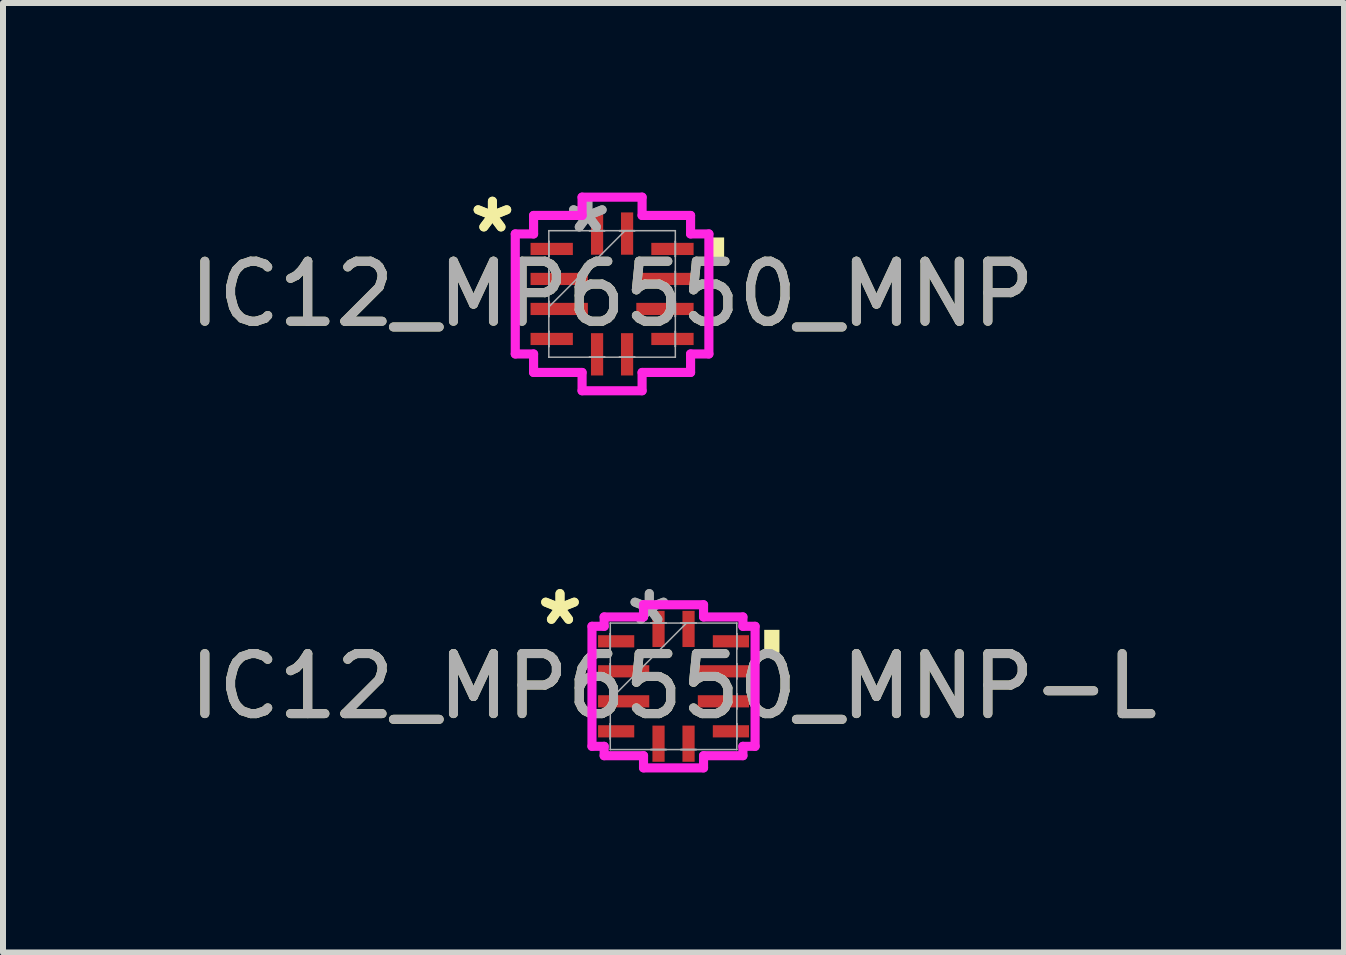
<source format=kicad_pcb>
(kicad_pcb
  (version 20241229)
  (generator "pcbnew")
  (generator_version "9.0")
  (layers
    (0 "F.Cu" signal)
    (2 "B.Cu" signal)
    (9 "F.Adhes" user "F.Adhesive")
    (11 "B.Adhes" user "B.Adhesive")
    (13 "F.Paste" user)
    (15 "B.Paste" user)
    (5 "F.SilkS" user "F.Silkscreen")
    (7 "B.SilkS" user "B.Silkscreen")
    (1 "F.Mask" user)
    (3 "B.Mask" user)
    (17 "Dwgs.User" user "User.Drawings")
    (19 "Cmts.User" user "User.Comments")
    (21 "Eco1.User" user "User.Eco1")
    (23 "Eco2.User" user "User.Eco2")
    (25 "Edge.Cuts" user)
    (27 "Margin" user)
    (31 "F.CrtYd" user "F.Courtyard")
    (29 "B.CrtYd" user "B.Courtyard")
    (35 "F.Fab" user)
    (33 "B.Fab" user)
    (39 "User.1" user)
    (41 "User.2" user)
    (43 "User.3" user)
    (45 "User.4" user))
  (footprint "IC12_MP6550_MNP-L"
    (layer "F.Cu")
    (at 8.173 8.386)
    (property "Reference" "IC12_MP6550_MNP-L" (at 0 0 0) (unlocked yes) (layer "F.SilkS") (effects (font (size 1 1) (thickness 0.15))))
    (attr smd)
    (fp_poly (pts (xy 1.765 -0.941) (xy 1.765 -0.56) (xy 1.511 -0.56) (xy 1.511 -0.941)) (stroke (width 0) (type solid)) (fill yes) (layer "F.SilkS"))
    (fp_line (start -1.359 -1) (end -1.156 -1) (stroke (width 0.152) (type solid)) (layer "F.CrtYd"))
    (fp_line (start -1.359 1) (end -1.359 -1) (stroke (width 0.152) (type solid)) (layer "F.CrtYd"))
    (fp_line (start -1.156 -1.156) (end -0.5 -1.156) (stroke (width 0.152) (type solid)) (layer "F.CrtYd"))
    (fp_line (start -1.156 -1) (end -1.156 -1.156) (stroke (width 0.152) (type solid)) (layer "F.CrtYd"))
    (fp_line (start -1.156 1) (end -1.359 1) (stroke (width 0.152) (type solid)) (layer "F.CrtYd"))
    (fp_line (start -1.156 1.156) (end -1.156 1) (stroke (width 0.152) (type solid)) (layer "F.CrtYd"))
    (fp_line (start -0.5 -1.359) (end 0.5 -1.359) (stroke (width 0.152) (type solid)) (layer "F.CrtYd"))
    (fp_line (start -0.5 -1.156) (end -0.5 -1.359) (stroke (width 0.152) (type solid)) (layer "F.CrtYd"))
    (fp_line (start -0.5 1.156) (end -1.156 1.156) (stroke (width 0.152) (type solid)) (layer "F.CrtYd"))
    (fp_line (start -0.5 1.359) (end -0.5 1.156) (stroke (width 0.152) (type solid)) (layer "F.CrtYd"))
    (fp_line (start 0.5 -1.359) (end 0.5 -1.156) (stroke (width 0.152) (type solid)) (layer "F.CrtYd"))
    (fp_line (start 0.5 -1.156) (end 1.156 -1.156) (stroke (width 0.152) (type solid)) (layer "F.CrtYd"))
    (fp_line (start 0.5 1.156) (end 0.5 1.359) (stroke (width 0.152) (type solid)) (layer "F.CrtYd"))
    (fp_line (start 0.5 1.359) (end -0.5 1.359) (stroke (width 0.152) (type solid)) (layer "F.CrtYd"))
    (fp_line (start 1.156 -1.156) (end 1.156 -1) (stroke (width 0.152) (type solid)) (layer "F.CrtYd"))
    (fp_line (start 1.156 -1) (end 1.359 -1) (stroke (width 0.152) (type solid)) (layer "F.CrtYd"))
    (fp_line (start 1.156 1) (end 1.156 1.156) (stroke (width 0.152) (type solid)) (layer "F.CrtYd"))
    (fp_line (start 1.156 1.156) (end 0.5 1.156) (stroke (width 0.152) (type solid)) (layer "F.CrtYd"))
    (fp_line (start 1.359 -1) (end 1.359 1) (stroke (width 0.152) (type solid)) (layer "F.CrtYd"))
    (fp_line (start 1.359 1) (end 1.156 1) (stroke (width 0.152) (type solid)) (layer "F.CrtYd"))
    (fp_line (start -1.054 -1.054) (end -1.054 -1.054) (stroke (width 0.025) (type solid)) (layer "F.Fab"))
    (fp_line (start -1.054 -1.054) (end -1.054 1.054) (stroke (width 0.025) (type solid)) (layer "F.Fab"))
    (fp_line (start -1.054 -0.877) (end -1.054 -0.877) (stroke (width 0.025) (type solid)) (layer "F.Fab"))
    (fp_line (start -1.054 -0.877) (end -1.054 -0.623) (stroke (width 0.025) (type solid)) (layer "F.Fab"))
    (fp_line (start -1.054 -0.623) (end -1.054 -0.877) (stroke (width 0.025) (type solid)) (layer "F.Fab"))
    (fp_line (start -1.054 -0.623) (end -1.054 -0.623) (stroke (width 0.025) (type solid)) (layer "F.Fab"))
    (fp_line (start -1.054 -0.377) (end -1.054 -0.377) (stroke (width 0.025) (type solid)) (layer "F.Fab"))
    (fp_line (start -1.054 -0.377) (end -1.054 -0.123) (stroke (width 0.025) (type solid)) (layer "F.Fab"))
    (fp_line (start -1.054 -0.123) (end -1.054 -0.377) (stroke (width 0.025) (type solid)) (layer "F.Fab"))
    (fp_line (start -1.054 -0.123) (end -1.054 -0.123) (stroke (width 0.025) (type solid)) (layer "F.Fab"))
    (fp_line (start -1.054 0.123) (end -1.054 0.123) (stroke (width 0.025) (type solid)) (layer "F.Fab"))
    (fp_line (start -1.054 0.123) (end -1.054 0.377) (stroke (width 0.025) (type solid)) (layer "F.Fab"))
    (fp_line (start -1.054 0.216) (end 0.216 -1.054) (stroke (width 0.025) (type solid)) (layer "F.Fab"))
    (fp_line (start -1.054 0.377) (end -1.054 0.123) (stroke (width 0.025) (type solid)) (layer "F.Fab"))
    (fp_line (start -1.054 0.377) (end -1.054 0.377) (stroke (width 0.025) (type solid)) (layer "F.Fab"))
    (fp_line (start -1.054 0.623) (end -1.054 0.623) (stroke (width 0.025) (type solid)) (layer "F.Fab"))
    (fp_line (start -1.054 0.623) (end -1.054 0.877) (stroke (width 0.025) (type solid)) (layer "F.Fab"))
    (fp_line (start -1.054 0.877) (end -1.054 0.623) (stroke (width 0.025) (type solid)) (layer "F.Fab"))
    (fp_line (start -1.054 0.877) (end -1.054 0.877) (stroke (width 0.025) (type solid)) (layer "F.Fab"))
    (fp_line (start -1.054 1.054) (end -1.054 1.054) (stroke (width 0.025) (type solid)) (layer "F.Fab"))
    (fp_line (start -1.054 1.054) (end 1.054 1.054) (stroke (width 0.025) (type solid)) (layer "F.Fab"))
    (fp_line (start -0.377 -1.054) (end -0.377 -1.054) (stroke (width 0.025) (type solid)) (layer "F.Fab"))
    (fp_line (start -0.377 -1.054) (end -0.123 -1.054) (stroke (width 0.025) (type solid)) (layer "F.Fab"))
    (fp_line (start -0.377 1.054) (end -0.377 1.054) (stroke (width 0.025) (type solid)) (layer "F.Fab"))
    (fp_line (start -0.377 1.054) (end -0.123 1.054) (stroke (width 0.025) (type solid)) (layer "F.Fab"))
    (fp_line (start -0.123 -1.054) (end -0.377 -1.054) (stroke (width 0.025) (type solid)) (layer "F.Fab"))
    (fp_line (start -0.123 -1.054) (end -0.123 -1.054) (stroke (width 0.025) (type solid)) (layer "F.Fab"))
    (fp_line (start -0.123 1.054) (end -0.377 1.054) (stroke (width 0.025) (type solid)) (layer "F.Fab"))
    (fp_line (start -0.123 1.054) (end -0.123 1.054) (stroke (width 0.025) (type solid)) (layer "F.Fab"))
    (fp_line (start 0.123 -1.054) (end 0.123 -1.054) (stroke (width 0.025) (type solid)) (layer "F.Fab"))
    (fp_line (start 0.123 -1.054) (end 0.377 -1.054) (stroke (width 0.025) (type solid)) (layer "F.Fab"))
    (fp_line (start 0.123 1.054) (end 0.123 1.054) (stroke (width 0.025) (type solid)) (layer "F.Fab"))
    (fp_line (start 0.123 1.054) (end 0.377 1.054) (stroke (width 0.025) (type solid)) (layer "F.Fab"))
    (fp_line (start 0.377 -1.054) (end 0.123 -1.054) (stroke (width 0.025) (type solid)) (layer "F.Fab"))
    (fp_line (start 0.377 -1.054) (end 0.377 -1.054) (stroke (width 0.025) (type solid)) (layer "F.Fab"))
    (fp_line (start 0.377 1.054) (end 0.123 1.054) (stroke (width 0.025) (type solid)) (layer "F.Fab"))
    (fp_line (start 0.377 1.054) (end 0.377 1.054) (stroke (width 0.025) (type solid)) (layer "F.Fab"))
    (fp_line (start 1.054 -1.054) (end -1.054 -1.054) (stroke (width 0.025) (type solid)) (layer "F.Fab"))
    (fp_line (start 1.054 -1.054) (end 1.054 -1.054) (stroke (width 0.025) (type solid)) (layer "F.Fab"))
    (fp_line (start 1.054 -0.877) (end 1.054 -0.877) (stroke (width 0.025) (type solid)) (layer "F.Fab"))
    (fp_line (start 1.054 -0.877) (end 1.054 -0.623) (stroke (width 0.025) (type solid)) (layer "F.Fab"))
    (fp_line (start 1.054 -0.623) (end 1.054 -0.877) (stroke (width 0.025) (type solid)) (layer "F.Fab"))
    (fp_line (start 1.054 -0.623) (end 1.054 -0.623) (stroke (width 0.025) (type solid)) (layer "F.Fab"))
    (fp_line (start 1.054 -0.377) (end 1.054 -0.377) (stroke (width 0.025) (type solid)) (layer "F.Fab"))
    (fp_line (start 1.054 -0.377) (end 1.054 -0.123) (stroke (width 0.025) (type solid)) (layer "F.Fab"))
    (fp_line (start 1.054 -0.123) (end 1.054 -0.377) (stroke (width 0.025) (type solid)) (layer "F.Fab"))
    (fp_line (start 1.054 -0.123) (end 1.054 -0.123) (stroke (width 0.025) (type solid)) (layer "F.Fab"))
    (fp_line (start 1.054 0.123) (end 1.054 0.123) (stroke (width 0.025) (type solid)) (layer "F.Fab"))
    (fp_line (start 1.054 0.123) (end 1.054 0.377) (stroke (width 0.025) (type solid)) (layer "F.Fab"))
    (fp_line (start 1.054 0.377) (end 1.054 0.123) (stroke (width 0.025) (type solid)) (layer "F.Fab"))
    (fp_line (start 1.054 0.377) (end 1.054 0.377) (stroke (width 0.025) (type solid)) (layer "F.Fab"))
    (fp_line (start 1.054 0.623) (end 1.054 0.623) (stroke (width 0.025) (type solid)) (layer "F.Fab"))
    (fp_line (start 1.054 0.623) (end 1.054 0.877) (stroke (width 0.025) (type solid)) (layer "F.Fab"))
    (fp_line (start 1.054 0.877) (end 1.054 0.623) (stroke (width 0.025) (type solid)) (layer "F.Fab"))
    (fp_line (start 1.054 0.877) (end 1.054 0.877) (stroke (width 0.025) (type solid)) (layer "F.Fab"))
    (fp_line (start 1.054 1.054) (end 1.054 -1.054) (stroke (width 0.025) (type solid)) (layer "F.Fab"))
    (fp_line (start 1.054 1.054) (end 1.054 1.054) (stroke (width 0.025) (type solid)) (layer "F.Fab"))
    (fp_text user "*" (at -1.892 -1 0) (unlocked yes) (layer "F.SilkS") (effects (font (size 1 1) (thickness 0.15))))
    (fp_text user "*" (at -1.892 -1 0) (layer "F.SilkS") (effects (font (size 1 1) (thickness 0.15))))
    (fp_text user "*" (at -0.404 -1 0) (layer "F.Fab") (effects (font (size 1 1) (thickness 0.15))))
    (fp_text user "*" (at -0.404 -1 0) (unlocked yes) (layer "F.Fab") (effects (font (size 1 1) (thickness 0.15))))
    (fp_text user "${REFERENCE}" (at 0 0 0) (unlocked yes) (layer "F.Fab") (effects (font (size 1 1) (thickness 0.15))))
    (pad "1" smd rect (at -0.956 -0.75 90) (size 0.203 0.603) (layers "F.Cu" "F.Mask" "F.Paste"))
    (pad "2" smd rect (at -0.831 -0.25 90) (size 0.203 0.853) (layers "F.Cu" "F.Mask" "F.Paste"))
    (pad "3" smd rect (at -0.831 0.25 90) (size 0.203 0.853) (layers "F.Cu" "F.Mask" "F.Paste"))
    (pad "4" smd rect (at -0.956 0.75 90) (size 0.203 0.603) (layers "F.Cu" "F.Mask" "F.Paste"))
    (pad "5" smd rect (at -0.25 0.956) (size 0.203 0.603) (layers "F.Cu" "F.Mask" "F.Paste"))
    (pad "6" smd rect (at 0.25 0.956) (size 0.203 0.603) (layers "F.Cu" "F.Mask" "F.Paste"))
    (pad "7" smd rect (at 0.956 0.75 90) (size 0.203 0.603) (layers "F.Cu" "F.Mask" "F.Paste"))
    (pad "8" smd rect (at 0.831 0.25 90) (size 0.203 0.853) (layers "F.Cu" "F.Mask" "F.Paste"))
    (pad "9" smd rect (at 0.831 -0.25 90) (size 0.203 0.853) (layers "F.Cu" "F.Mask" "F.Paste"))
    (pad "10" smd rect (at 0.956 -0.75 90) (size 0.203 0.603) (layers "F.Cu" "F.Mask" "F.Paste"))
    (pad "11" smd rect (at 0.25 -0.956) (size 0.203 0.603) (layers "F.Cu" "F.Mask" "F.Paste"))
    (pad "12" smd rect (at -0.25 -0.956) (size 0.203 0.603) (layers "F.Cu" "F.Mask" "F.Paste")))
  (footprint "IC12_MP6550_MNP"
    (layer "F.Cu")
    (at 7.149 1.848)
    (property "Reference" "IC12_MP6550_MNP" (at 0 0 0) (unlocked yes) (layer "F.SilkS") (effects (font (size 1 1) (thickness 0.15))))
    (attr smd)
    (fp_poly (pts (xy 1.867 -0.941) (xy 1.867 -0.56) (xy 1.613 -0.56) (xy 1.613 -0.941)) (stroke (width 0) (type solid)) (fill yes) (layer "F.SilkS"))
    (fp_line (start -1.613 -1) (end -1.308 -1) (stroke (width 0.152) (type solid)) (layer "F.CrtYd"))
    (fp_line (start -1.613 1) (end -1.613 -1) (stroke (width 0.152) (type solid)) (layer "F.CrtYd"))
    (fp_line (start -1.308 -1.308) (end -0.5 -1.308) (stroke (width 0.152) (type solid)) (layer "F.CrtYd"))
    (fp_line (start -1.308 -1) (end -1.308 -1.308) (stroke (width 0.152) (type solid)) (layer "F.CrtYd"))
    (fp_line (start -1.308 1) (end -1.613 1) (stroke (width 0.152) (type solid)) (layer "F.CrtYd"))
    (fp_line (start -1.308 1.308) (end -1.308 1) (stroke (width 0.152) (type solid)) (layer "F.CrtYd"))
    (fp_line (start -0.5 -1.613) (end 0.5 -1.613) (stroke (width 0.152) (type solid)) (layer "F.CrtYd"))
    (fp_line (start -0.5 -1.308) (end -0.5 -1.613) (stroke (width 0.152) (type solid)) (layer "F.CrtYd"))
    (fp_line (start -0.5 1.308) (end -1.308 1.308) (stroke (width 0.152) (type solid)) (layer "F.CrtYd"))
    (fp_line (start -0.5 1.613) (end -0.5 1.308) (stroke (width 0.152) (type solid)) (layer "F.CrtYd"))
    (fp_line (start 0.5 -1.613) (end 0.5 -1.308) (stroke (width 0.152) (type solid)) (layer "F.CrtYd"))
    (fp_line (start 0.5 -1.308) (end 1.308 -1.308) (stroke (width 0.152) (type solid)) (layer "F.CrtYd"))
    (fp_line (start 0.5 1.308) (end 0.5 1.613) (stroke (width 0.152) (type solid)) (layer "F.CrtYd"))
    (fp_line (start 0.5 1.613) (end -0.5 1.613) (stroke (width 0.152) (type solid)) (layer "F.CrtYd"))
    (fp_line (start 1.308 -1.308) (end 1.308 -1) (stroke (width 0.152) (type solid)) (layer "F.CrtYd"))
    (fp_line (start 1.308 -1) (end 1.613 -1) (stroke (width 0.152) (type solid)) (layer "F.CrtYd"))
    (fp_line (start 1.308 1) (end 1.308 1.308) (stroke (width 0.152) (type solid)) (layer "F.CrtYd"))
    (fp_line (start 1.308 1.308) (end 0.5 1.308) (stroke (width 0.152) (type solid)) (layer "F.CrtYd"))
    (fp_line (start 1.613 -1) (end 1.613 1) (stroke (width 0.152) (type solid)) (layer "F.CrtYd"))
    (fp_line (start 1.613 1) (end 1.308 1) (stroke (width 0.152) (type solid)) (layer "F.CrtYd"))
    (fp_line (start -1.054 -1.054) (end -1.054 -1.054) (stroke (width 0.025) (type solid)) (layer "F.Fab"))
    (fp_line (start -1.054 -1.054) (end -1.054 1.054) (stroke (width 0.025) (type solid)) (layer "F.Fab"))
    (fp_line (start -1.054 -0.877) (end -1.054 -0.877) (stroke (width 0.025) (type solid)) (layer "F.Fab"))
    (fp_line (start -1.054 -0.877) (end -1.054 -0.623) (stroke (width 0.025) (type solid)) (layer "F.Fab"))
    (fp_line (start -1.054 -0.623) (end -1.054 -0.877) (stroke (width 0.025) (type solid)) (layer "F.Fab"))
    (fp_line (start -1.054 -0.623) (end -1.054 -0.623) (stroke (width 0.025) (type solid)) (layer "F.Fab"))
    (fp_line (start -1.054 -0.377) (end -1.054 -0.377) (stroke (width 0.025) (type solid)) (layer "F.Fab"))
    (fp_line (start -1.054 -0.377) (end -1.054 -0.123) (stroke (width 0.025) (type solid)) (layer "F.Fab"))
    (fp_line (start -1.054 -0.123) (end -1.054 -0.377) (stroke (width 0.025) (type solid)) (layer "F.Fab"))
    (fp_line (start -1.054 -0.123) (end -1.054 -0.123) (stroke (width 0.025) (type solid)) (layer "F.Fab"))
    (fp_line (start -1.054 0.123) (end -1.054 0.123) (stroke (width 0.025) (type solid)) (layer "F.Fab"))
    (fp_line (start -1.054 0.123) (end -1.054 0.377) (stroke (width 0.025) (type solid)) (layer "F.Fab"))
    (fp_line (start -1.054 0.216) (end 0.216 -1.054) (stroke (width 0.025) (type solid)) (layer "F.Fab"))
    (fp_line (start -1.054 0.377) (end -1.054 0.123) (stroke (width 0.025) (type solid)) (layer "F.Fab"))
    (fp_line (start -1.054 0.377) (end -1.054 0.377) (stroke (width 0.025) (type solid)) (layer "F.Fab"))
    (fp_line (start -1.054 0.623) (end -1.054 0.623) (stroke (width 0.025) (type solid)) (layer "F.Fab"))
    (fp_line (start -1.054 0.623) (end -1.054 0.877) (stroke (width 0.025) (type solid)) (layer "F.Fab"))
    (fp_line (start -1.054 0.877) (end -1.054 0.623) (stroke (width 0.025) (type solid)) (layer "F.Fab"))
    (fp_line (start -1.054 0.877) (end -1.054 0.877) (stroke (width 0.025) (type solid)) (layer "F.Fab"))
    (fp_line (start -1.054 1.054) (end -1.054 1.054) (stroke (width 0.025) (type solid)) (layer "F.Fab"))
    (fp_line (start -1.054 1.054) (end 1.054 1.054) (stroke (width 0.025) (type solid)) (layer "F.Fab"))
    (fp_line (start -0.377 -1.054) (end -0.377 -1.054) (stroke (width 0.025) (type solid)) (layer "F.Fab"))
    (fp_line (start -0.377 -1.054) (end -0.123 -1.054) (stroke (width 0.025) (type solid)) (layer "F.Fab"))
    (fp_line (start -0.377 1.054) (end -0.377 1.054) (stroke (width 0.025) (type solid)) (layer "F.Fab"))
    (fp_line (start -0.377 1.054) (end -0.123 1.054) (stroke (width 0.025) (type solid)) (layer "F.Fab"))
    (fp_line (start -0.123 -1.054) (end -0.377 -1.054) (stroke (width 0.025) (type solid)) (layer "F.Fab"))
    (fp_line (start -0.123 -1.054) (end -0.123 -1.054) (stroke (width 0.025) (type solid)) (layer "F.Fab"))
    (fp_line (start -0.123 1.054) (end -0.377 1.054) (stroke (width 0.025) (type solid)) (layer "F.Fab"))
    (fp_line (start -0.123 1.054) (end -0.123 1.054) (stroke (width 0.025) (type solid)) (layer "F.Fab"))
    (fp_line (start 0.123 -1.054) (end 0.123 -1.054) (stroke (width 0.025) (type solid)) (layer "F.Fab"))
    (fp_line (start 0.123 -1.054) (end 0.377 -1.054) (stroke (width 0.025) (type solid)) (layer "F.Fab"))
    (fp_line (start 0.123 1.054) (end 0.123 1.054) (stroke (width 0.025) (type solid)) (layer "F.Fab"))
    (fp_line (start 0.123 1.054) (end 0.377 1.054) (stroke (width 0.025) (type solid)) (layer "F.Fab"))
    (fp_line (start 0.377 -1.054) (end 0.123 -1.054) (stroke (width 0.025) (type solid)) (layer "F.Fab"))
    (fp_line (start 0.377 -1.054) (end 0.377 -1.054) (stroke (width 0.025) (type solid)) (layer "F.Fab"))
    (fp_line (start 0.377 1.054) (end 0.123 1.054) (stroke (width 0.025) (type solid)) (layer "F.Fab"))
    (fp_line (start 0.377 1.054) (end 0.377 1.054) (stroke (width 0.025) (type solid)) (layer "F.Fab"))
    (fp_line (start 1.054 -1.054) (end -1.054 -1.054) (stroke (width 0.025) (type solid)) (layer "F.Fab"))
    (fp_line (start 1.054 -1.054) (end 1.054 -1.054) (stroke (width 0.025) (type solid)) (layer "F.Fab"))
    (fp_line (start 1.054 -0.877) (end 1.054 -0.877) (stroke (width 0.025) (type solid)) (layer "F.Fab"))
    (fp_line (start 1.054 -0.877) (end 1.054 -0.623) (stroke (width 0.025) (type solid)) (layer "F.Fab"))
    (fp_line (start 1.054 -0.623) (end 1.054 -0.877) (stroke (width 0.025) (type solid)) (layer "F.Fab"))
    (fp_line (start 1.054 -0.623) (end 1.054 -0.623) (stroke (width 0.025) (type solid)) (layer "F.Fab"))
    (fp_line (start 1.054 -0.377) (end 1.054 -0.377) (stroke (width 0.025) (type solid)) (layer "F.Fab"))
    (fp_line (start 1.054 -0.377) (end 1.054 -0.123) (stroke (width 0.025) (type solid)) (layer "F.Fab"))
    (fp_line (start 1.054 -0.123) (end 1.054 -0.377) (stroke (width 0.025) (type solid)) (layer "F.Fab"))
    (fp_line (start 1.054 -0.123) (end 1.054 -0.123) (stroke (width 0.025) (type solid)) (layer "F.Fab"))
    (fp_line (start 1.054 0.123) (end 1.054 0.123) (stroke (width 0.025) (type solid)) (layer "F.Fab"))
    (fp_line (start 1.054 0.123) (end 1.054 0.377) (stroke (width 0.025) (type solid)) (layer "F.Fab"))
    (fp_line (start 1.054 0.377) (end 1.054 0.123) (stroke (width 0.025) (type solid)) (layer "F.Fab"))
    (fp_line (start 1.054 0.377) (end 1.054 0.377) (stroke (width 0.025) (type solid)) (layer "F.Fab"))
    (fp_line (start 1.054 0.623) (end 1.054 0.623) (stroke (width 0.025) (type solid)) (layer "F.Fab"))
    (fp_line (start 1.054 0.623) (end 1.054 0.877) (stroke (width 0.025) (type solid)) (layer "F.Fab"))
    (fp_line (start 1.054 0.877) (end 1.054 0.623) (stroke (width 0.025) (type solid)) (layer "F.Fab"))
    (fp_line (start 1.054 0.877) (end 1.054 0.877) (stroke (width 0.025) (type solid)) (layer "F.Fab"))
    (fp_line (start 1.054 1.054) (end 1.054 -1.054) (stroke (width 0.025) (type solid)) (layer "F.Fab"))
    (fp_line (start 1.054 1.054) (end 1.054 1.054) (stroke (width 0.025) (type solid)) (layer "F.Fab"))
    (fp_text user "*" (at -1.994 -1 0) (layer "F.SilkS") (effects (font (size 1 1) (thickness 0.15))))
    (fp_text user "*" (at -1.994 -1 0) (unlocked yes) (layer "F.SilkS") (effects (font (size 1 1) (thickness 0.15))))
    (fp_text user "*" (at -0.404 -1 0) (unlocked yes) (layer "F.Fab") (effects (font (size 1 1) (thickness 0.15))))
    (fp_text user "${REFERENCE}" (at 0 0 0) (unlocked yes) (layer "F.Fab") (effects (font (size 1 1) (thickness 0.15))))
    (fp_text user "*" (at -0.404 -1 0) (layer "F.Fab") (effects (font (size 1 1) (thickness 0.15))))
    (pad "1" smd rect (at -1.006 -0.75 90) (size 0.203 0.705) (layers "F.Cu" "F.Mask" "F.Paste"))
    (pad "2" smd rect (at -0.881 -0.25 90) (size 0.203 0.955) (layers "F.Cu" "F.Mask" "F.Paste"))
    (pad "3" smd rect (at -0.881 0.25 90) (size 0.203 0.955) (layers "F.Cu" "F.Mask" "F.Paste"))
    (pad "4" smd rect (at -1.006 0.75 90) (size 0.203 0.705) (layers "F.Cu" "F.Mask" "F.Paste"))
    (pad "5" smd rect (at -0.25 1.006) (size 0.203 0.705) (layers "F.Cu" "F.Mask" "F.Paste"))
    (pad "6" smd rect (at 0.25 1.006) (size 0.203 0.705) (layers "F.Cu" "F.Mask" "F.Paste"))
    (pad "7" smd rect (at 1.006 0.75 90) (size 0.203 0.705) (layers "F.Cu" "F.Mask" "F.Paste"))
    (pad "8" smd rect (at 0.881 0.25 90) (size 0.203 0.955) (layers "F.Cu" "F.Mask" "F.Paste"))
    (pad "9" smd rect (at 0.881 -0.25 90) (size 0.203 0.955) (layers "F.Cu" "F.Mask" "F.Paste"))
    (pad "10" smd rect (at 1.006 -0.75 90) (size 0.203 0.705) (layers "F.Cu" "F.Mask" "F.Paste"))
    (pad "11" smd rect (at 0.25 -1.006) (size 0.203 0.705) (layers "F.Cu" "F.Mask" "F.Paste"))
    (pad "12" smd rect (at -0.25 -1.006) (size 0.203 0.705) (layers "F.Cu" "F.Mask" "F.Paste")))
  (gr_rect
    (start -3 -3)
    (end 19.345 12.821)
    (stroke (width 0.1) (type default))
    (fill no)
    (layer "Edge.Cuts")))
</source>
